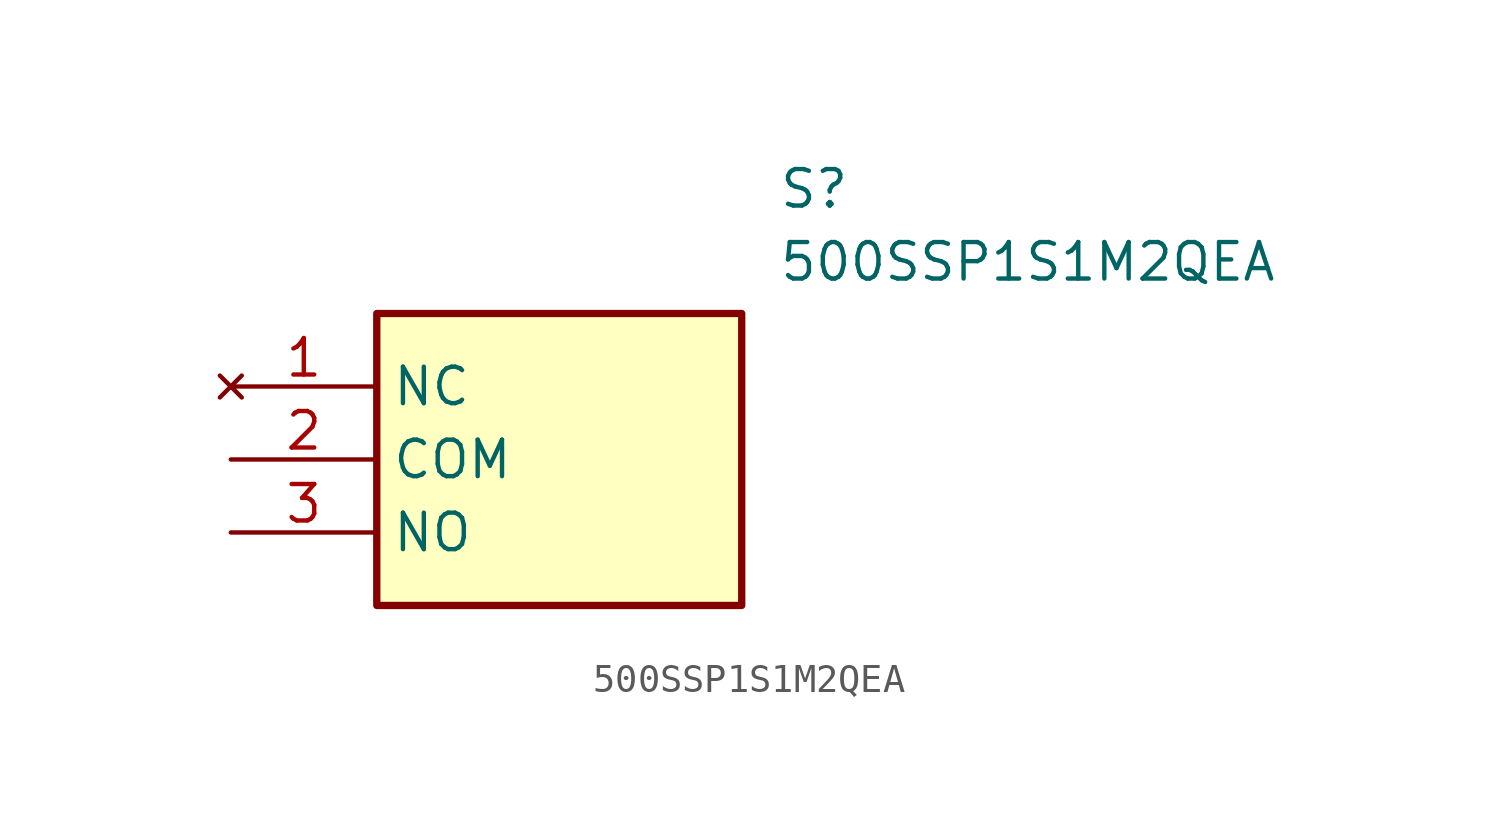
<source format=kicad_sym>
(kicad_symbol_lib
  (version 20211014)
  (generator SamacSys_ECAD_Model)
  (symbol "500SSP1S1M2QEA"
    (property "Reference" "S"
      (at 19.05 7.62 0)
      (effects (font (size 1.27 1.27)) (justify left top)))
    (property "Value" "500SSP1S1M2QEA"
      (at 19.05 5.08 0)
      (effects (font (size 1.27 1.27)) (justify left top)))
    (rectangle
      (start 5.08 2.54)
      (end 17.78 -7.62)
      (stroke (width 0.254) (type default))
      (fill (type background)))
    (pin no_connect line
      (at 0 0 0)
      (length 5.08)
      (name "NC" (effects (font (size 1.27 1.27))))
      (number "1" (effects (font (size 1.27 1.27)))))
    (pin passive line
      (at 0 -2.54 0)
      (length 5.08)
      (name "COM" (effects (font (size 1.27 1.27))))
      (number "2" (effects (font (size 1.27 1.27)))))
    (pin passive line
      (at 0 -5.08 0)
      (length 5.08)
      (name "NO" (effects (font (size 1.27 1.27))))
      (number "3" (effects (font (size 1.27 1.27)))))))
</source>
